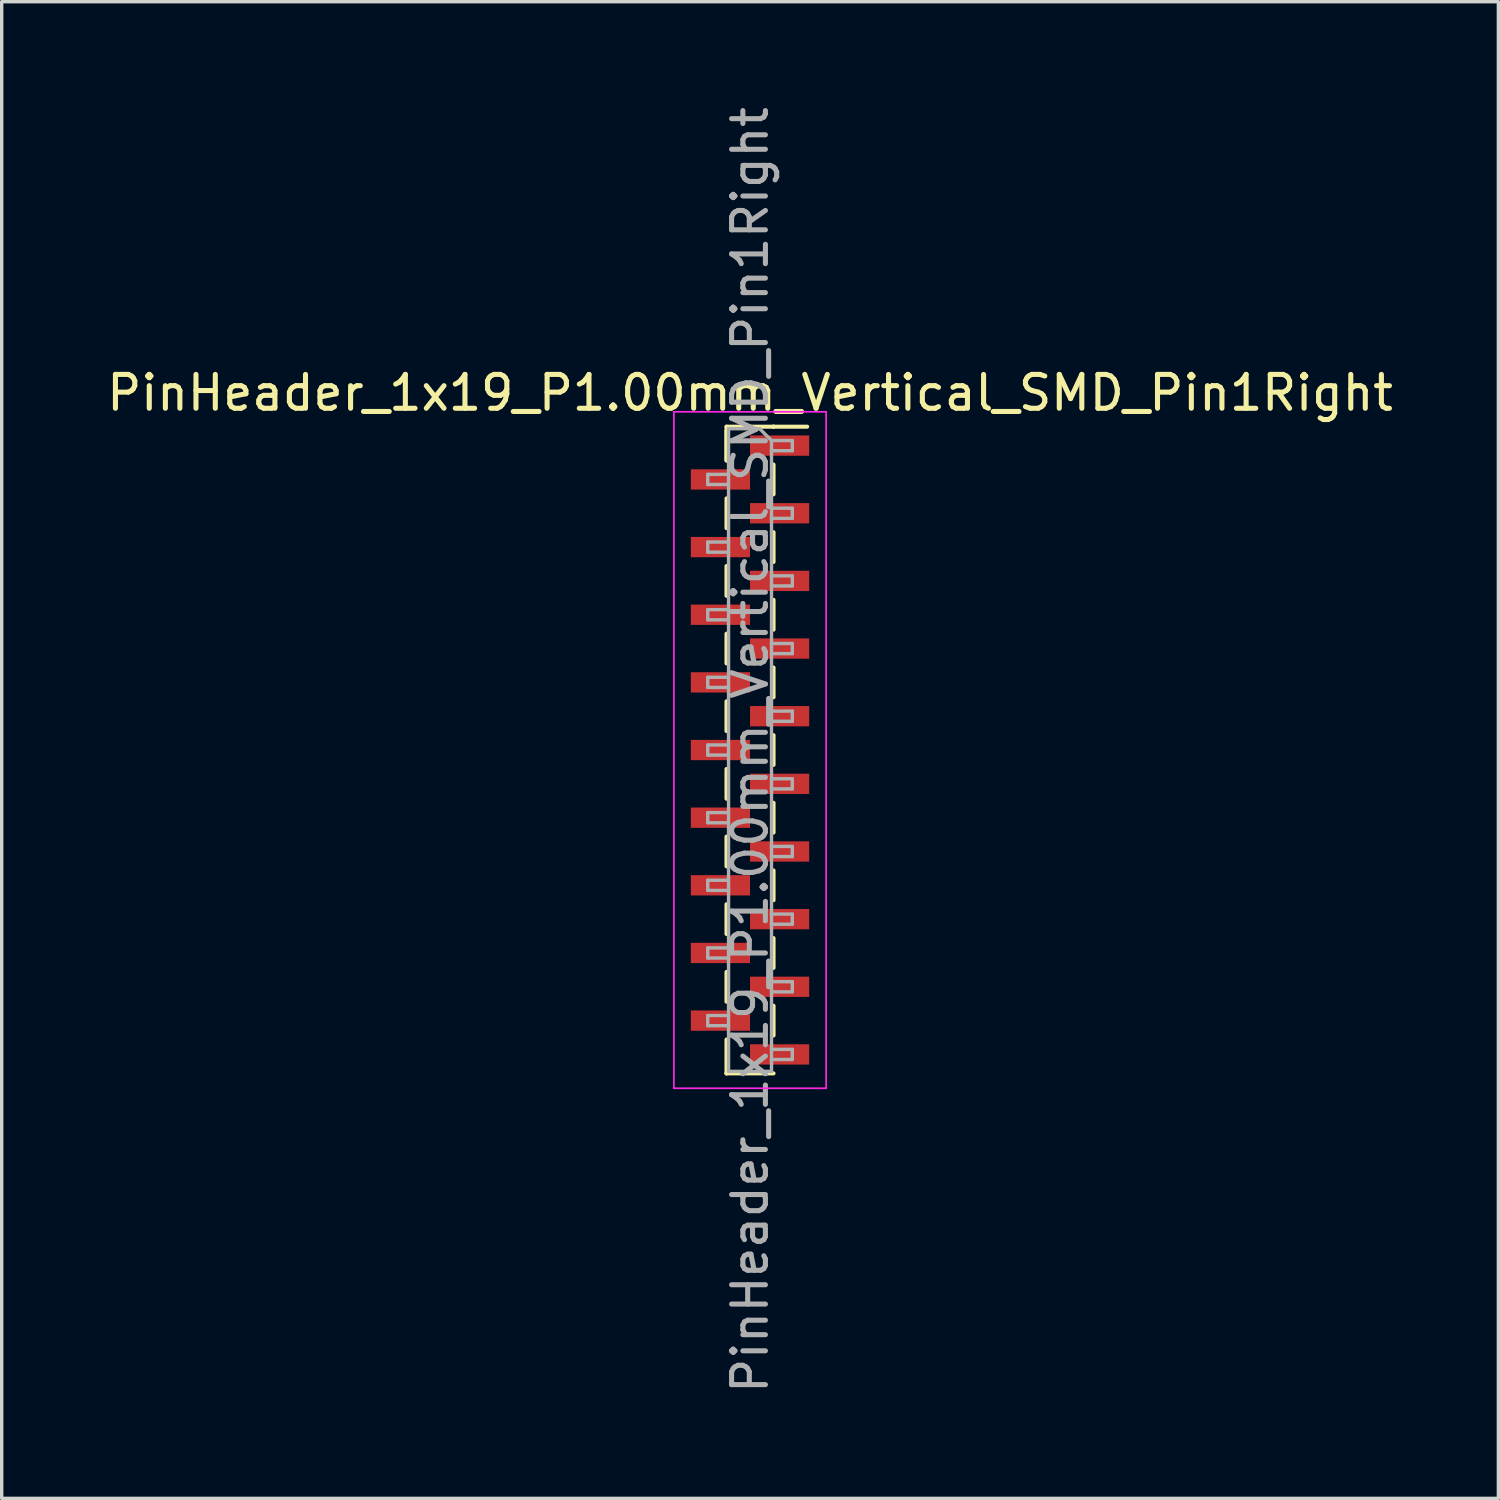
<source format=kicad_pcb>
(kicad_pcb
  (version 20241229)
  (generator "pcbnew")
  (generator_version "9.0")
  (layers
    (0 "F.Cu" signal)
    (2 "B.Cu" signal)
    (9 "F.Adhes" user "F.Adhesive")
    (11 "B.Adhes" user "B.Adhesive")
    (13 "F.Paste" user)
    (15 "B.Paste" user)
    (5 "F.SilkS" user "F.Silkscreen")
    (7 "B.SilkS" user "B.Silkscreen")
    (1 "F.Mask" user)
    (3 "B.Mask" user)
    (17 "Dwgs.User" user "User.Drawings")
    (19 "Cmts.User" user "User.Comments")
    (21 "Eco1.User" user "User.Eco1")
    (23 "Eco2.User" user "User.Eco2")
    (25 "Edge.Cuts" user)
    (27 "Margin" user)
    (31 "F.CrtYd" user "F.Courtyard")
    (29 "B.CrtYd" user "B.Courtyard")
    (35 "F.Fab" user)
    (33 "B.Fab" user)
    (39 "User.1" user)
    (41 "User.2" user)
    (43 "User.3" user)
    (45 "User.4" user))
  (footprint "PinHeader_1x19_P1.00mm_Vertical_SMD_Pin1Right"
    (layer "F.Cu")
    (at 19.125 19.125)
    (property "Reference" "PinHeader_1x19_P1.00mm_Vertical_SMD_Pin1Right" (at 0 -10.56 0) (layer "F.SilkS") (effects (font (size 1 1) (thickness 0.15))))
    (attr smd)
    (fp_line (start -0.695 -9.56) (end -0.695 -8.56) (stroke (width 0.12) (type solid)) (layer "F.SilkS"))
    (fp_line (start -0.695 -9.56) (end 0.695 -9.56) (stroke (width 0.12) (type solid)) (layer "F.SilkS"))
    (fp_line (start -0.695 -9.44) (end -0.695 -8.56) (stroke (width 0.12) (type solid)) (layer "F.SilkS"))
    (fp_line (start -0.695 -7.44) (end -0.695 -6.56) (stroke (width 0.12) (type solid)) (layer "F.SilkS"))
    (fp_line (start -0.695 -5.44) (end -0.695 -4.56) (stroke (width 0.12) (type solid)) (layer "F.SilkS"))
    (fp_line (start -0.695 -3.44) (end -0.695 -2.56) (stroke (width 0.12) (type solid)) (layer "F.SilkS"))
    (fp_line (start -0.695 -1.44) (end -0.695 -0.56) (stroke (width 0.12) (type solid)) (layer "F.SilkS"))
    (fp_line (start -0.695 0.56) (end -0.695 1.44) (stroke (width 0.12) (type solid)) (layer "F.SilkS"))
    (fp_line (start -0.695 2.56) (end -0.695 3.44) (stroke (width 0.12) (type solid)) (layer "F.SilkS"))
    (fp_line (start -0.695 4.56) (end -0.695 5.44) (stroke (width 0.12) (type solid)) (layer "F.SilkS"))
    (fp_line (start -0.695 6.56) (end -0.695 7.44) (stroke (width 0.12) (type solid)) (layer "F.SilkS"))
    (fp_line (start -0.695 8.56) (end -0.695 9.56) (stroke (width 0.12) (type solid)) (layer "F.SilkS"))
    (fp_line (start -0.695 9.56) (end -0.695 9.56) (stroke (width 0.12) (type solid)) (layer "F.SilkS"))
    (fp_line (start -0.695 9.56) (end 0.695 9.56) (stroke (width 0.12) (type solid)) (layer "F.SilkS"))
    (fp_line (start 0.695 -9.56) (end 0.695 -9.56) (stroke (width 0.12) (type solid)) (layer "F.SilkS"))
    (fp_line (start 0.695 -9.56) (end 1.69 -9.56) (stroke (width 0.12) (type solid)) (layer "F.SilkS"))
    (fp_line (start 0.695 -8.44) (end 0.695 -7.56) (stroke (width 0.12) (type solid)) (layer "F.SilkS"))
    (fp_line (start 0.695 -6.44) (end 0.695 -5.56) (stroke (width 0.12) (type solid)) (layer "F.SilkS"))
    (fp_line (start 0.695 -4.44) (end 0.695 -3.56) (stroke (width 0.12) (type solid)) (layer "F.SilkS"))
    (fp_line (start 0.695 -2.44) (end 0.695 -1.56) (stroke (width 0.12) (type solid)) (layer "F.SilkS"))
    (fp_line (start 0.695 -0.44) (end 0.695 0.44) (stroke (width 0.12) (type solid)) (layer "F.SilkS"))
    (fp_line (start 0.695 1.56) (end 0.695 2.44) (stroke (width 0.12) (type solid)) (layer "F.SilkS"))
    (fp_line (start 0.695 3.56) (end 0.695 4.44) (stroke (width 0.12) (type solid)) (layer "F.SilkS"))
    (fp_line (start 0.695 5.56) (end 0.695 6.44) (stroke (width 0.12) (type solid)) (layer "F.SilkS"))
    (fp_line (start 0.695 7.56) (end 0.695 8.44) (stroke (width 0.12) (type solid)) (layer "F.SilkS"))
    (fp_line (start -2.25 -10) (end -2.25 10) (stroke (width 0.05) (type solid)) (layer "F.CrtYd"))
    (fp_line (start -2.25 10) (end 2.25 10) (stroke (width 0.05) (type solid)) (layer "F.CrtYd"))
    (fp_line (start 2.25 -10) (end -2.25 -10) (stroke (width 0.05) (type solid)) (layer "F.CrtYd"))
    (fp_line (start 2.25 10) (end 2.25 -10) (stroke (width 0.05) (type solid)) (layer "F.CrtYd"))
    (fp_line (start -1.25 -8.15) (end -1.25 -7.85) (stroke (width 0.1) (type solid)) (layer "F.Fab"))
    (fp_line (start -1.25 -7.85) (end -0.635 -7.85) (stroke (width 0.1) (type solid)) (layer "F.Fab"))
    (fp_line (start -1.25 -6.15) (end -1.25 -5.85) (stroke (width 0.1) (type solid)) (layer "F.Fab"))
    (fp_line (start -1.25 -5.85) (end -0.635 -5.85) (stroke (width 0.1) (type solid)) (layer "F.Fab"))
    (fp_line (start -1.25 -4.15) (end -1.25 -3.85) (stroke (width 0.1) (type solid)) (layer "F.Fab"))
    (fp_line (start -1.25 -3.85) (end -0.635 -3.85) (stroke (width 0.1) (type solid)) (layer "F.Fab"))
    (fp_line (start -1.25 -2.15) (end -1.25 -1.85) (stroke (width 0.1) (type solid)) (layer "F.Fab"))
    (fp_line (start -1.25 -1.85) (end -0.635 -1.85) (stroke (width 0.1) (type solid)) (layer "F.Fab"))
    (fp_line (start -1.25 -0.15) (end -1.25 0.15) (stroke (width 0.1) (type solid)) (layer "F.Fab"))
    (fp_line (start -1.25 0.15) (end -0.635 0.15) (stroke (width 0.1) (type solid)) (layer "F.Fab"))
    (fp_line (start -1.25 1.85) (end -1.25 2.15) (stroke (width 0.1) (type solid)) (layer "F.Fab"))
    (fp_line (start -1.25 2.15) (end -0.635 2.15) (stroke (width 0.1) (type solid)) (layer "F.Fab"))
    (fp_line (start -1.25 3.85) (end -1.25 4.15) (stroke (width 0.1) (type solid)) (layer "F.Fab"))
    (fp_line (start -1.25 4.15) (end -0.635 4.15) (stroke (width 0.1) (type solid)) (layer "F.Fab"))
    (fp_line (start -1.25 5.85) (end -1.25 6.15) (stroke (width 0.1) (type solid)) (layer "F.Fab"))
    (fp_line (start -1.25 6.15) (end -0.635 6.15) (stroke (width 0.1) (type solid)) (layer "F.Fab"))
    (fp_line (start -1.25 7.85) (end -1.25 8.15) (stroke (width 0.1) (type solid)) (layer "F.Fab"))
    (fp_line (start -1.25 8.15) (end -0.635 8.15) (stroke (width 0.1) (type solid)) (layer "F.Fab"))
    (fp_line (start -0.635 -9.5) (end -0.635 9.5) (stroke (width 0.1) (type solid)) (layer "F.Fab"))
    (fp_line (start -0.635 -9.5) (end 0.285 -9.5) (stroke (width 0.1) (type solid)) (layer "F.Fab"))
    (fp_line (start -0.635 -8.15) (end -1.25 -8.15) (stroke (width 0.1) (type solid)) (layer "F.Fab"))
    (fp_line (start -0.635 -6.15) (end -1.25 -6.15) (stroke (width 0.1) (type solid)) (layer "F.Fab"))
    (fp_line (start -0.635 -4.15) (end -1.25 -4.15) (stroke (width 0.1) (type solid)) (layer "F.Fab"))
    (fp_line (start -0.635 -2.15) (end -1.25 -2.15) (stroke (width 0.1) (type solid)) (layer "F.Fab"))
    (fp_line (start -0.635 -0.15) (end -1.25 -0.15) (stroke (width 0.1) (type solid)) (layer "F.Fab"))
    (fp_line (start -0.635 1.85) (end -1.25 1.85) (stroke (width 0.1) (type solid)) (layer "F.Fab"))
    (fp_line (start -0.635 3.85) (end -1.25 3.85) (stroke (width 0.1) (type solid)) (layer "F.Fab"))
    (fp_line (start -0.635 5.85) (end -1.25 5.85) (stroke (width 0.1) (type solid)) (layer "F.Fab"))
    (fp_line (start -0.635 7.85) (end -1.25 7.85) (stroke (width 0.1) (type solid)) (layer "F.Fab"))
    (fp_line (start 0.635 -9.15) (end 0.285 -9.5) (stroke (width 0.1) (type solid)) (layer "F.Fab"))
    (fp_line (start 0.635 -9.15) (end 1.25 -9.15) (stroke (width 0.1) (type solid)) (layer "F.Fab"))
    (fp_line (start 0.635 -7.15) (end 1.25 -7.15) (stroke (width 0.1) (type solid)) (layer "F.Fab"))
    (fp_line (start 0.635 -5.15) (end 1.25 -5.15) (stroke (width 0.1) (type solid)) (layer "F.Fab"))
    (fp_line (start 0.635 -3.15) (end 1.25 -3.15) (stroke (width 0.1) (type solid)) (layer "F.Fab"))
    (fp_line (start 0.635 -1.15) (end 1.25 -1.15) (stroke (width 0.1) (type solid)) (layer "F.Fab"))
    (fp_line (start 0.635 0.85) (end 1.25 0.85) (stroke (width 0.1) (type solid)) (layer "F.Fab"))
    (fp_line (start 0.635 2.85) (end 1.25 2.85) (stroke (width 0.1) (type solid)) (layer "F.Fab"))
    (fp_line (start 0.635 4.85) (end 1.25 4.85) (stroke (width 0.1) (type solid)) (layer "F.Fab"))
    (fp_line (start 0.635 6.85) (end 1.25 6.85) (stroke (width 0.1) (type solid)) (layer "F.Fab"))
    (fp_line (start 0.635 8.85) (end 1.25 8.85) (stroke (width 0.1) (type solid)) (layer "F.Fab"))
    (fp_line (start 0.635 9.5) (end -0.635 9.5) (stroke (width 0.1) (type solid)) (layer "F.Fab"))
    (fp_line (start 0.635 9.5) (end 0.635 -9.15) (stroke (width 0.1) (type solid)) (layer "F.Fab"))
    (fp_line (start 1.25 -9.15) (end 1.25 -8.85) (stroke (width 0.1) (type solid)) (layer "F.Fab"))
    (fp_line (start 1.25 -8.85) (end 0.635 -8.85) (stroke (width 0.1) (type solid)) (layer "F.Fab"))
    (fp_line (start 1.25 -7.15) (end 1.25 -6.85) (stroke (width 0.1) (type solid)) (layer "F.Fab"))
    (fp_line (start 1.25 -6.85) (end 0.635 -6.85) (stroke (width 0.1) (type solid)) (layer "F.Fab"))
    (fp_line (start 1.25 -5.15) (end 1.25 -4.85) (stroke (width 0.1) (type solid)) (layer "F.Fab"))
    (fp_line (start 1.25 -4.85) (end 0.635 -4.85) (stroke (width 0.1) (type solid)) (layer "F.Fab"))
    (fp_line (start 1.25 -3.15) (end 1.25 -2.85) (stroke (width 0.1) (type solid)) (layer "F.Fab"))
    (fp_line (start 1.25 -2.85) (end 0.635 -2.85) (stroke (width 0.1) (type solid)) (layer "F.Fab"))
    (fp_line (start 1.25 -1.15) (end 1.25 -0.85) (stroke (width 0.1) (type solid)) (layer "F.Fab"))
    (fp_line (start 1.25 -0.85) (end 0.635 -0.85) (stroke (width 0.1) (type solid)) (layer "F.Fab"))
    (fp_line (start 1.25 0.85) (end 1.25 1.15) (stroke (width 0.1) (type solid)) (layer "F.Fab"))
    (fp_line (start 1.25 1.15) (end 0.635 1.15) (stroke (width 0.1) (type solid)) (layer "F.Fab"))
    (fp_line (start 1.25 2.85) (end 1.25 3.15) (stroke (width 0.1) (type solid)) (layer "F.Fab"))
    (fp_line (start 1.25 3.15) (end 0.635 3.15) (stroke (width 0.1) (type solid)) (layer "F.Fab"))
    (fp_line (start 1.25 4.85) (end 1.25 5.15) (stroke (width 0.1) (type solid)) (layer "F.Fab"))
    (fp_line (start 1.25 5.15) (end 0.635 5.15) (stroke (width 0.1) (type solid)) (layer "F.Fab"))
    (fp_line (start 1.25 6.85) (end 1.25 7.15) (stroke (width 0.1) (type solid)) (layer "F.Fab"))
    (fp_line (start 1.25 7.15) (end 0.635 7.15) (stroke (width 0.1) (type solid)) (layer "F.Fab"))
    (fp_line (start 1.25 8.85) (end 1.25 9.15) (stroke (width 0.1) (type solid)) (layer "F.Fab"))
    (fp_line (start 1.25 9.15) (end 0.635 9.15) (stroke (width 0.1) (type solid)) (layer "F.Fab"))
    (fp_text user "${REFERENCE}" (at 0 0 90) (layer "F.Fab") (effects (font (size 1 1) (thickness 0.15))))
    (pad "1" smd rect (at 0.875 -9) (size 1.75 0.6) (layers "F.Cu" "F.Mask" "F.Paste"))
    (pad "2" smd rect (at -0.875 -8) (size 1.75 0.6) (layers "F.Cu" "F.Mask" "F.Paste"))
    (pad "3" smd rect (at 0.875 -7) (size 1.75 0.6) (layers "F.Cu" "F.Mask" "F.Paste"))
    (pad "4" smd rect (at -0.875 -6) (size 1.75 0.6) (layers "F.Cu" "F.Mask" "F.Paste"))
    (pad "5" smd rect (at 0.875 -5) (size 1.75 0.6) (layers "F.Cu" "F.Mask" "F.Paste"))
    (pad "6" smd rect (at -0.875 -4) (size 1.75 0.6) (layers "F.Cu" "F.Mask" "F.Paste"))
    (pad "7" smd rect (at 0.875 -3) (size 1.75 0.6) (layers "F.Cu" "F.Mask" "F.Paste"))
    (pad "8" smd rect (at -0.875 -2) (size 1.75 0.6) (layers "F.Cu" "F.Mask" "F.Paste"))
    (pad "9" smd rect (at 0.875 -1) (size 1.75 0.6) (layers "F.Cu" "F.Mask" "F.Paste"))
    (pad "10" smd rect (at -0.875 0) (size 1.75 0.6) (layers "F.Cu" "F.Mask" "F.Paste"))
    (pad "11" smd rect (at 0.875 1) (size 1.75 0.6) (layers "F.Cu" "F.Mask" "F.Paste"))
    (pad "12" smd rect (at -0.875 2) (size 1.75 0.6) (layers "F.Cu" "F.Mask" "F.Paste"))
    (pad "13" smd rect (at 0.875 3) (size 1.75 0.6) (layers "F.Cu" "F.Mask" "F.Paste"))
    (pad "14" smd rect (at -0.875 4) (size 1.75 0.6) (layers "F.Cu" "F.Mask" "F.Paste"))
    (pad "15" smd rect (at 0.875 5) (size 1.75 0.6) (layers "F.Cu" "F.Mask" "F.Paste"))
    (pad "16" smd rect (at -0.875 6) (size 1.75 0.6) (layers "F.Cu" "F.Mask" "F.Paste"))
    (pad "17" smd rect (at 0.875 7) (size 1.75 0.6) (layers "F.Cu" "F.Mask" "F.Paste"))
    (pad "18" smd rect (at -0.875 8) (size 1.75 0.6) (layers "F.Cu" "F.Mask" "F.Paste"))
    (pad "19" smd rect (at 0.875 9) (size 1.75 0.6) (layers "F.Cu" "F.Mask" "F.Paste")))
  (gr_rect
    (start -3 -3)
    (end 41.25 41.25)
    (stroke (width 0.1) (type default))
    (fill no)
    (layer "Edge.Cuts")))
</source>
